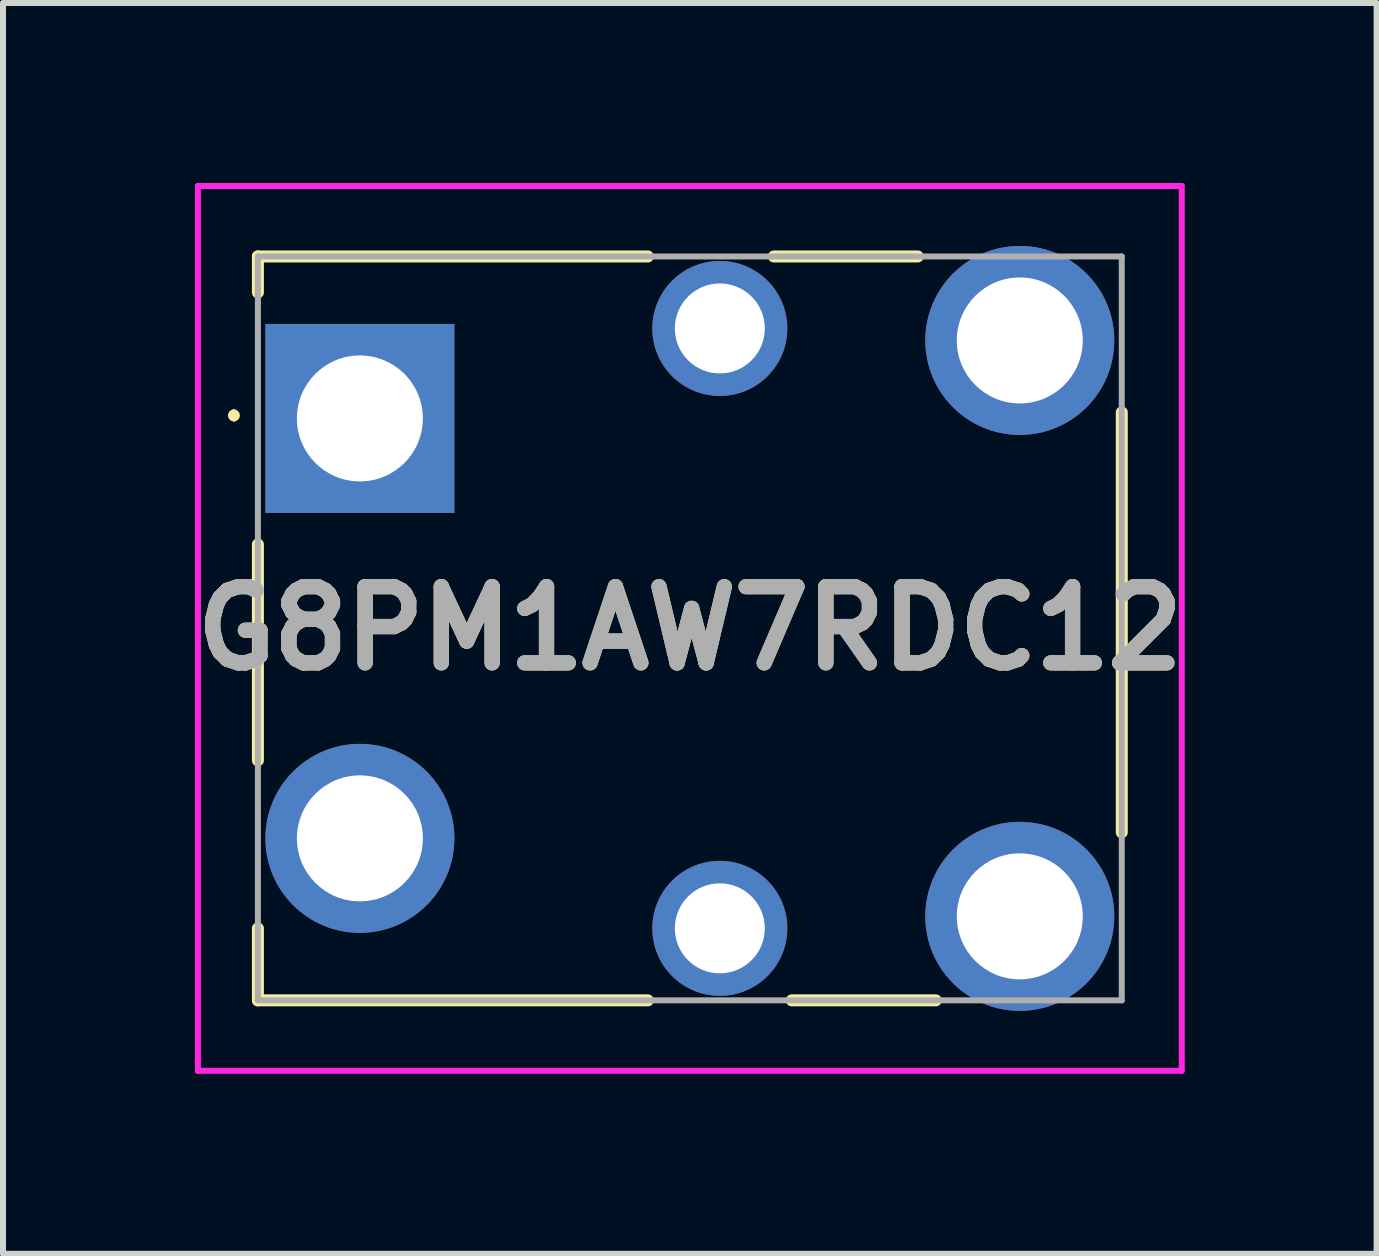
<source format=kicad_pcb>
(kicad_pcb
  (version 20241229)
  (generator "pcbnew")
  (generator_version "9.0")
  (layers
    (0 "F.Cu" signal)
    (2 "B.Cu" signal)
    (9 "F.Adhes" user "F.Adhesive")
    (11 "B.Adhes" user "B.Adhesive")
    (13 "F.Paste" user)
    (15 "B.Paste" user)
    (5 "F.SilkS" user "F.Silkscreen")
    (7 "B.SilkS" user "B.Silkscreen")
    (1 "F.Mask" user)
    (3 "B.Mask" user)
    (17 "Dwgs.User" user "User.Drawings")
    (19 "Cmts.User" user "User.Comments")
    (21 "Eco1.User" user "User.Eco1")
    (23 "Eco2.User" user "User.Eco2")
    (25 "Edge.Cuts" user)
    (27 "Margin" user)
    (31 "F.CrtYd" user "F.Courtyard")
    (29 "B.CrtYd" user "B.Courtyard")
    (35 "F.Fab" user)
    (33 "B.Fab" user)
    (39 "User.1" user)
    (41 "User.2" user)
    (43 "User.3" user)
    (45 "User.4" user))
  (footprint "G8PM1AW7RDC12"
    (layer "F.Cu")
    (at 2.949 3.925)
    (property "Reference" "G8PM1AW7RDC12" (at 5.5 3.5 0) (layer "F.SilkS") (effects (font (size 1.27 1.27) (thickness 0.254))))
    (attr through_hole)
    (fp_line (start -2.1 -0.1) (end -2.1 -0.1) (stroke (width 0.1) (type solid)) (layer "F.SilkS"))
    (fp_line (start -2.1 0) (end -2.1 0) (stroke (width 0.1) (type solid)) (layer "F.SilkS"))
    (fp_line (start -1.7 -2.7) (end 4.8 -2.7) (stroke (width 0.2) (type solid)) (layer "F.SilkS"))
    (fp_line (start -1.7 -2.1) (end -1.7 -2.7) (stroke (width 0.2) (type solid)) (layer "F.SilkS"))
    (fp_line (start -1.7 2.1) (end -1.7 5.7) (stroke (width 0.2) (type solid)) (layer "F.SilkS"))
    (fp_line (start -1.7 8.5) (end -1.7 9.7) (stroke (width 0.2) (type solid)) (layer "F.SilkS"))
    (fp_line (start -1.7 9.7) (end 4.8 9.7) (stroke (width 0.2) (type solid)) (layer "F.SilkS"))
    (fp_line (start 6.9 -2.7) (end 9.3 -2.7) (stroke (width 0.2) (type solid)) (layer "F.SilkS"))
    (fp_line (start 7.2 9.7) (end 9.6 9.7) (stroke (width 0.2) (type solid)) (layer "F.SilkS"))
    (fp_line (start 12.7 -0.1) (end 12.7 6.9) (stroke (width 0.2) (type solid)) (layer "F.SilkS"))
    (fp_arc (start -2.1 -0.1) (mid -2.05 -0.05) (end -2.1 0) (stroke (width 0.1) (type solid)) (layer "F.SilkS"))
    (fp_arc (start -2.1 0) (mid -2.15 -0.05) (end -2.1 -0.1) (stroke (width 0.1) (type solid)) (layer "F.SilkS"))
    (fp_line (start -2.7 -3.875) (end 13.7 -3.875) (stroke (width 0.1) (type solid)) (layer "F.CrtYd"))
    (fp_line (start -2.7 10.875) (end -2.7 -3.875) (stroke (width 0.1) (type solid)) (layer "F.CrtYd"))
    (fp_line (start 13.7 -3.875) (end 13.7 10.875) (stroke (width 0.1) (type solid)) (layer "F.CrtYd"))
    (fp_line (start 13.7 10.875) (end -2.7 10.875) (stroke (width 0.1) (type solid)) (layer "F.CrtYd"))
    (fp_line (start -1.7 -2.7) (end 12.7 -2.7) (stroke (width 0.1) (type solid)) (layer "F.Fab"))
    (fp_line (start -1.7 9.7) (end -1.7 -2.7) (stroke (width 0.1) (type solid)) (layer "F.Fab"))
    (fp_line (start 12.7 -2.7) (end 12.7 9.7) (stroke (width 0.1) (type solid)) (layer "F.Fab"))
    (fp_line (start 12.7 9.7) (end -1.7 9.7) (stroke (width 0.1) (type solid)) (layer "F.Fab"))
    (fp_text user "${REFERENCE}" (at 5.5 3.5 0) (layer "F.Fab") (effects (font (size 1.27 1.27) (thickness 0.254))))
    (pad "1" thru_hole rect (at 0 0) (size 3.15 3.15) (drill 2.1) (layers "*.Cu" "*.Mask"))
    (pad "2" thru_hole circle (at 0 7) (size 3.15 3.15) (drill 2.1) (layers "*.Cu" "*.Mask"))
    (pad "3" thru_hole circle (at 6 8.5) (size 2.25 2.25) (drill 1.5) (layers "*.Cu" "*.Mask"))
    (pad "4" thru_hole circle (at 11 8.3) (size 3.15 3.15) (drill 2.1) (layers "*.Cu" "*.Mask"))
    (pad "5" thru_hole circle (at 11 -1.3) (size 3.15 3.15) (drill 2.1) (layers "*.Cu" "*.Mask"))
    (pad "6" thru_hole circle (at 6 -1.5) (size 2.25 2.25) (drill 1.5) (layers "*.Cu" "*.Mask")))
  (gr_rect
    (start -3 -3)
    (end 19.897 17.85)
    (stroke (width 0.1) (type default))
    (fill no)
    (layer "Edge.Cuts")))
</source>
